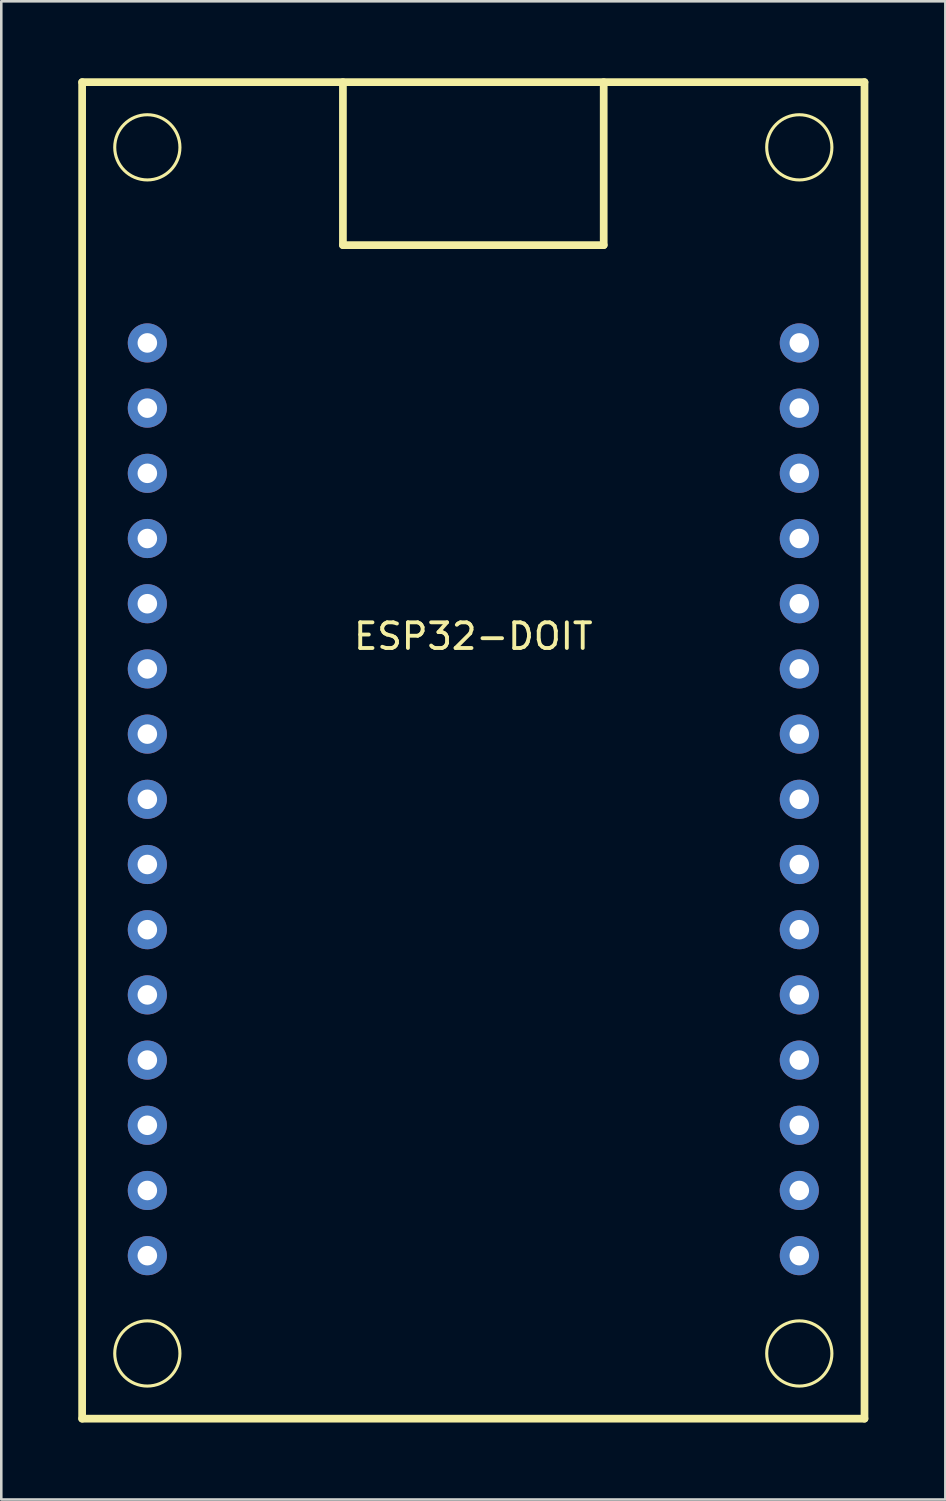
<source format=kicad_pcb>
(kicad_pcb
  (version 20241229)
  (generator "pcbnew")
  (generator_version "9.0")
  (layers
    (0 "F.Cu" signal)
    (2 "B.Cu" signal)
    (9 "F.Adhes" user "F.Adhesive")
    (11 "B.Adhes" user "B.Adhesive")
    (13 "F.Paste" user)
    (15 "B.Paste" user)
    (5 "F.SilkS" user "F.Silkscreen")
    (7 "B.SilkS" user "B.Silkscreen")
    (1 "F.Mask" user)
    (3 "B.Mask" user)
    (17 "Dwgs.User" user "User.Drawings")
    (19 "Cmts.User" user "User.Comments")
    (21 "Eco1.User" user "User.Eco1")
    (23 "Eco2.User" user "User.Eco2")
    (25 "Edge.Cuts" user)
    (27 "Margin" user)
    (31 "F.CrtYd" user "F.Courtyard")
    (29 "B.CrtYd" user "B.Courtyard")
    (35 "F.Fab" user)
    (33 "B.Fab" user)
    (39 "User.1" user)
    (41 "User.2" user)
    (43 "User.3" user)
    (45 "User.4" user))
  (footprint "ESP32-DOIT"
    (layer "F.Cu")
    (at 2.69 10.31)
    (property "Reference" "ESP32-DOIT" (at 12.7 11.43 0) (layer "F.SilkS") (effects (font (size 1 1) (thickness 0.15))))
    (attr through_hole)
    (fp_line (start -2.54 -10.16) (end 27.94 -10.16) (stroke (width 0.3) (type solid)) (layer "F.SilkS"))
    (fp_line (start -2.54 41.91) (end -2.54 -10.16) (stroke (width 0.3) (type solid)) (layer "F.SilkS"))
    (fp_line (start 7.62 -10.16) (end 7.62 -3.81) (stroke (width 0.3) (type solid)) (layer "F.SilkS"))
    (fp_line (start 7.62 -3.81) (end 17.78 -3.81) (stroke (width 0.3) (type solid)) (layer "F.SilkS"))
    (fp_line (start 17.78 -3.81) (end 17.78 -10.16) (stroke (width 0.3) (type solid)) (layer "F.SilkS"))
    (fp_line (start 27.94 -10.16) (end 27.94 41.91) (stroke (width 0.3) (type solid)) (layer "F.SilkS"))
    (fp_line (start 27.94 41.91) (end -2.54 41.91) (stroke (width 0.3) (type solid)) (layer "F.SilkS"))
    (fp_circle (center 0 -7.62) (end 1.27 -7.62) (stroke (width 0.12) (type solid)) (fill no) (layer "F.SilkS"))
    (fp_circle (center 0 39.37) (end 0 40.64) (stroke (width 0.12) (type solid)) (fill no) (layer "F.SilkS"))
    (fp_circle (center 25.4 -7.62) (end 24.13 -7.62) (stroke (width 0.12) (type solid)) (fill no) (layer "F.SilkS"))
    (fp_circle (center 25.4 39.37) (end 25.4 40.64) (stroke (width 0.12) (type solid)) (fill no) (layer "F.SilkS"))
    (pad "1" thru_hole circle (at 0 0) (size 1.524 1.524) (drill 0.762) (layers "*.Cu" "*.Mask"))
    (pad "2" thru_hole circle (at 0 2.54) (size 1.524 1.524) (drill 0.762) (layers "*.Cu" "*.Mask"))
    (pad "3" thru_hole circle (at 0 5.08) (size 1.524 1.524) (drill 0.762) (layers "*.Cu" "*.Mask"))
    (pad "4" thru_hole circle (at 0 7.62) (size 1.524 1.524) (drill 0.762) (layers "*.Cu" "*.Mask"))
    (pad "5" thru_hole circle (at 0 10.16) (size 1.524 1.524) (drill 0.762) (layers "*.Cu" "*.Mask"))
    (pad "6" thru_hole circle (at 0 12.7) (size 1.524 1.524) (drill 0.762) (layers "*.Cu" "*.Mask"))
    (pad "7" thru_hole circle (at 0 15.24) (size 1.524 1.524) (drill 0.762) (layers "*.Cu" "*.Mask"))
    (pad "8" thru_hole circle (at 0 17.78) (size 1.524 1.524) (drill 0.762) (layers "*.Cu" "*.Mask"))
    (pad "9" thru_hole circle (at 0 20.32) (size 1.524 1.524) (drill 0.762) (layers "*.Cu" "*.Mask"))
    (pad "10" thru_hole circle (at 0 22.86) (size 1.524 1.524) (drill 0.762) (layers "*.Cu" "*.Mask"))
    (pad "11" thru_hole circle (at 0 25.4) (size 1.524 1.524) (drill 0.762) (layers "*.Cu" "*.Mask"))
    (pad "12" thru_hole circle (at 0 27.94) (size 1.524 1.524) (drill 0.762) (layers "*.Cu" "*.Mask"))
    (pad "13" thru_hole circle (at 0 30.48) (size 1.524 1.524) (drill 0.762) (layers "*.Cu" "*.Mask"))
    (pad "14" thru_hole circle (at 0 33.02) (size 1.524 1.524) (drill 0.762) (layers "*.Cu" "*.Mask"))
    (pad "15" thru_hole circle (at 0 35.56) (size 1.524 1.524) (drill 0.762) (layers "*.Cu" "*.Mask"))
    (pad "16" thru_hole circle (at 25.4 35.56) (size 1.524 1.524) (drill 0.762) (layers "*.Cu" "*.Mask"))
    (pad "17" thru_hole circle (at 25.4 33.02) (size 1.524 1.524) (drill 0.762) (layers "*.Cu" "*.Mask"))
    (pad "18" thru_hole circle (at 25.4 30.48) (size 1.524 1.524) (drill 0.762) (layers "*.Cu" "*.Mask"))
    (pad "19" thru_hole circle (at 25.4 27.94) (size 1.524 1.524) (drill 0.762) (layers "*.Cu" "*.Mask"))
    (pad "20" thru_hole circle (at 25.4 25.4) (size 1.524 1.524) (drill 0.762) (layers "*.Cu" "*.Mask"))
    (pad "21" thru_hole circle (at 25.4 22.86) (size 1.524 1.524) (drill 0.762) (layers "*.Cu" "*.Mask"))
    (pad "22" thru_hole circle (at 25.4 20.32) (size 1.524 1.524) (drill 0.762) (layers "*.Cu" "*.Mask"))
    (pad "23" thru_hole circle (at 25.4 17.78) (size 1.524 1.524) (drill 0.762) (layers "*.Cu" "*.Mask"))
    (pad "24" thru_hole circle (at 25.4 15.24) (size 1.524 1.524) (drill 0.762) (layers "*.Cu" "*.Mask"))
    (pad "25" thru_hole circle (at 25.4 12.7) (size 1.524 1.524) (drill 0.762) (layers "*.Cu" "*.Mask"))
    (pad "26" thru_hole circle (at 25.4 10.16) (size 1.524 1.524) (drill 0.762) (layers "*.Cu" "*.Mask"))
    (pad "27" thru_hole circle (at 25.4 7.62) (size 1.524 1.524) (drill 0.762) (layers "*.Cu" "*.Mask"))
    (pad "28" thru_hole circle (at 25.4 5.08) (size 1.524 1.524) (drill 0.762) (layers "*.Cu" "*.Mask"))
    (pad "29" thru_hole circle (at 25.4 2.54) (size 1.524 1.524) (drill 0.762) (layers "*.Cu" "*.Mask"))
    (pad "30" thru_hole circle (at 25.4 0) (size 1.524 1.524) (drill 0.762) (layers "*.Cu" "*.Mask")))
  (gr_rect
    (start -3 -3)
    (end 33.78 55.37)
    (stroke (width 0.1) (type default))
    (fill no)
    (layer "Edge.Cuts")))
</source>
